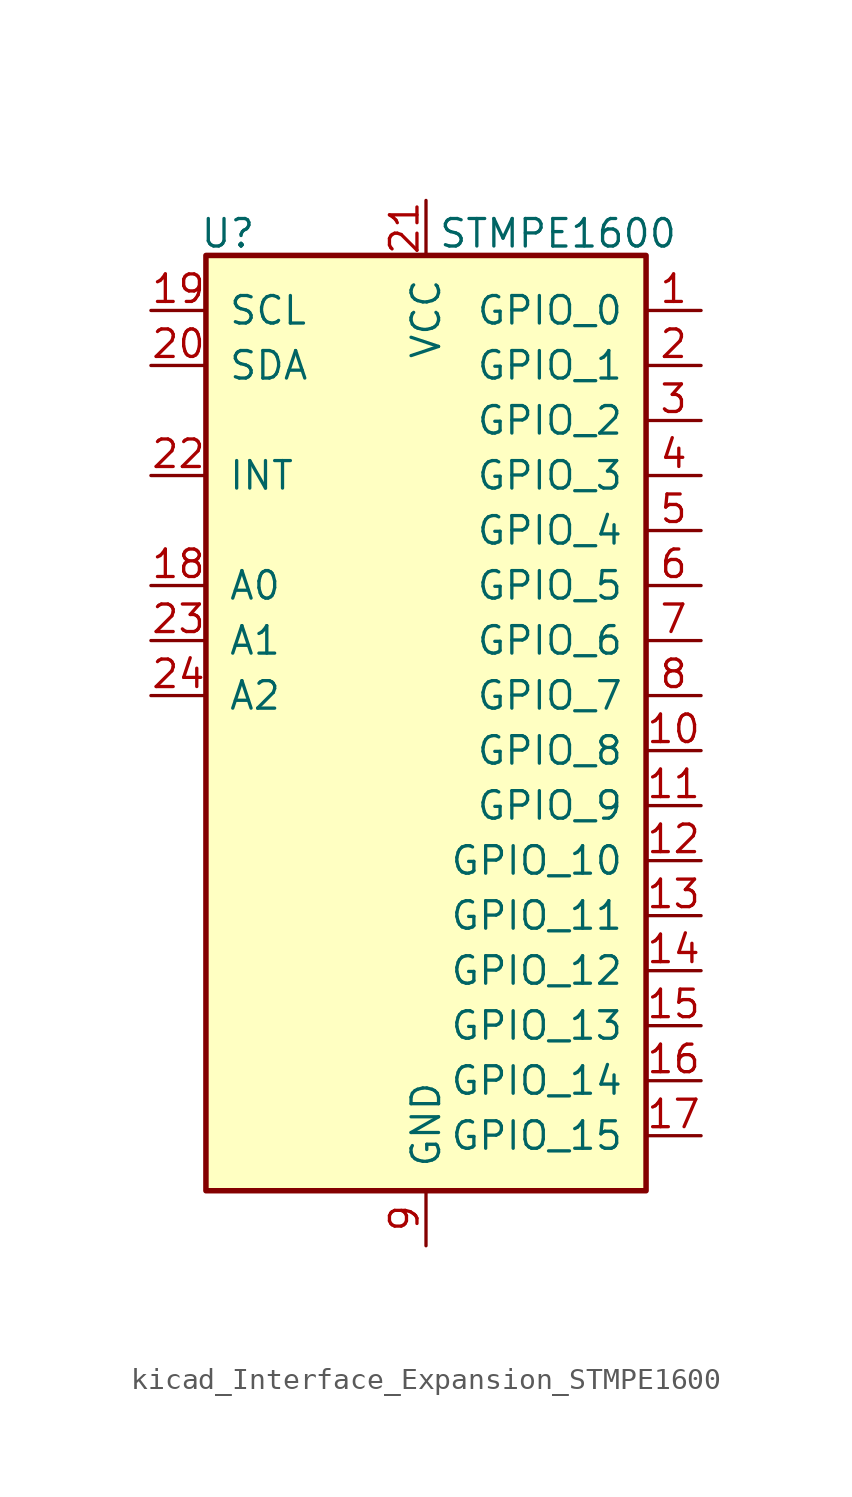
<source format=kicad_sym>
(kicad_symbol_lib
  (version 20220914)
  (generator kicad_symbol_editor)
  (symbol "kicad_Interface_Expansion_STMPE1600"
    (pin_names
      (offset 1.016))
    (property "Reference" "U"
      (at -9.144 21.336 0)
      (effects (font (size 1.27 1.27))))
    (property "Value" "STMPE1600"
      (at 6.096 21.336 0)
      (effects (font (size 1.27 1.27))))
    (symbol "kicad_Interface_Expansion_STMPE1600_0_1"
      (rectangle (start -10.16 20.32) (end 10.16 -22.86) (stroke (width 0.254) (type default)) (fill (type background))))
    (symbol "kicad_Interface_Expansion_STMPE1600_1_1"
      (pin bidirectional line (at 12.7 17.78 180) (length 2.54) (name "GPIO_0" (effects (font (size 1.27 1.27)))) (number "1" (effects (font (size 1.27 1.27)))))
      (pin bidirectional line (at 12.7 -2.54 180) (length 2.54) (name "GPIO_8" (effects (font (size 1.27 1.27)))) (number "10" (effects (font (size 1.27 1.27)))))
      (pin bidirectional line (at 12.7 -5.08 180) (length 2.54) (name "GPIO_9" (effects (font (size 1.27 1.27)))) (number "11" (effects (font (size 1.27 1.27)))))
      (pin bidirectional line (at 12.7 -7.62 180) (length 2.54) (name "GPIO_10" (effects (font (size 1.27 1.27)))) (number "12" (effects (font (size 1.27 1.27)))))
      (pin bidirectional line (at 12.7 -10.16 180) (length 2.54) (name "GPIO_11" (effects (font (size 1.27 1.27)))) (number "13" (effects (font (size 1.27 1.27)))))
      (pin bidirectional line (at 12.7 -12.7 180) (length 2.54) (name "GPIO_12" (effects (font (size 1.27 1.27)))) (number "14" (effects (font (size 1.27 1.27)))))
      (pin bidirectional line (at 12.7 -15.24 180) (length 2.54) (name "GPIO_13" (effects (font (size 1.27 1.27)))) (number "15" (effects (font (size 1.27 1.27)))))
      (pin bidirectional line (at 12.7 -17.78 180) (length 2.54) (name "GPIO_14" (effects (font (size 1.27 1.27)))) (number "16" (effects (font (size 1.27 1.27)))))
      (pin bidirectional line (at 12.7 -20.32 180) (length 2.54) (name "GPIO_15" (effects (font (size 1.27 1.27)))) (number "17" (effects (font (size 1.27 1.27)))))
      (pin input line (at -12.7 5.08 0) (length 2.54) (name "A0" (effects (font (size 1.27 1.27)))) (number "18" (effects (font (size 1.27 1.27)))))
      (pin input line (at -12.7 17.78 0) (length 2.54) (name "SCL" (effects (font (size 1.27 1.27)))) (number "19" (effects (font (size 1.27 1.27)))))
      (pin bidirectional line (at 12.7 15.24 180) (length 2.54) (name "GPIO_1" (effects (font (size 1.27 1.27)))) (number "2" (effects (font (size 1.27 1.27)))))
      (pin bidirectional line (at -12.7 15.24 0) (length 2.54) (name "SDA" (effects (font (size 1.27 1.27)))) (number "20" (effects (font (size 1.27 1.27)))))
      (pin power_in line (at 0 22.86 270) (length 2.54) (name "VCC" (effects (font (size 1.27 1.27)))) (number "21" (effects (font (size 1.27 1.27)))))
      (pin output line (at -12.7 10.16 0) (length 2.54) (name "INT" (effects (font (size 1.27 1.27)))) (number "22" (effects (font (size 1.27 1.27)))))
      (pin input line (at -12.7 2.54 0) (length 2.54) (name "A1" (effects (font (size 1.27 1.27)))) (number "23" (effects (font (size 1.27 1.27)))))
      (pin input line (at -12.7 0 0) (length 2.54) (name "A2" (effects (font (size 1.27 1.27)))) (number "24" (effects (font (size 1.27 1.27)))))
      (pin bidirectional line (at 12.7 12.7 180) (length 2.54) (name "GPIO_2" (effects (font (size 1.27 1.27)))) (number "3" (effects (font (size 1.27 1.27)))))
      (pin bidirectional line (at 12.7 10.16 180) (length 2.54) (name "GPIO_3" (effects (font (size 1.27 1.27)))) (number "4" (effects (font (size 1.27 1.27)))))
      (pin bidirectional line (at 12.7 7.62 180) (length 2.54) (name "GPIO_4" (effects (font (size 1.27 1.27)))) (number "5" (effects (font (size 1.27 1.27)))))
      (pin bidirectional line (at 12.7 5.08 180) (length 2.54) (name "GPIO_5" (effects (font (size 1.27 1.27)))) (number "6" (effects (font (size 1.27 1.27)))))
      (pin bidirectional line (at 12.7 2.54 180) (length 2.54) (name "GPIO_6" (effects (font (size 1.27 1.27)))) (number "7" (effects (font (size 1.27 1.27)))))
      (pin bidirectional line (at 12.7 0 180) (length 2.54) (name "GPIO_7" (effects (font (size 1.27 1.27)))) (number "8" (effects (font (size 1.27 1.27)))))
      (pin power_in line (at 0 -25.4 90) (length 2.54) (name "GND" (effects (font (size 1.27 1.27)))) (number "9" (effects (font (size 1.27 1.27))))))))
</source>
